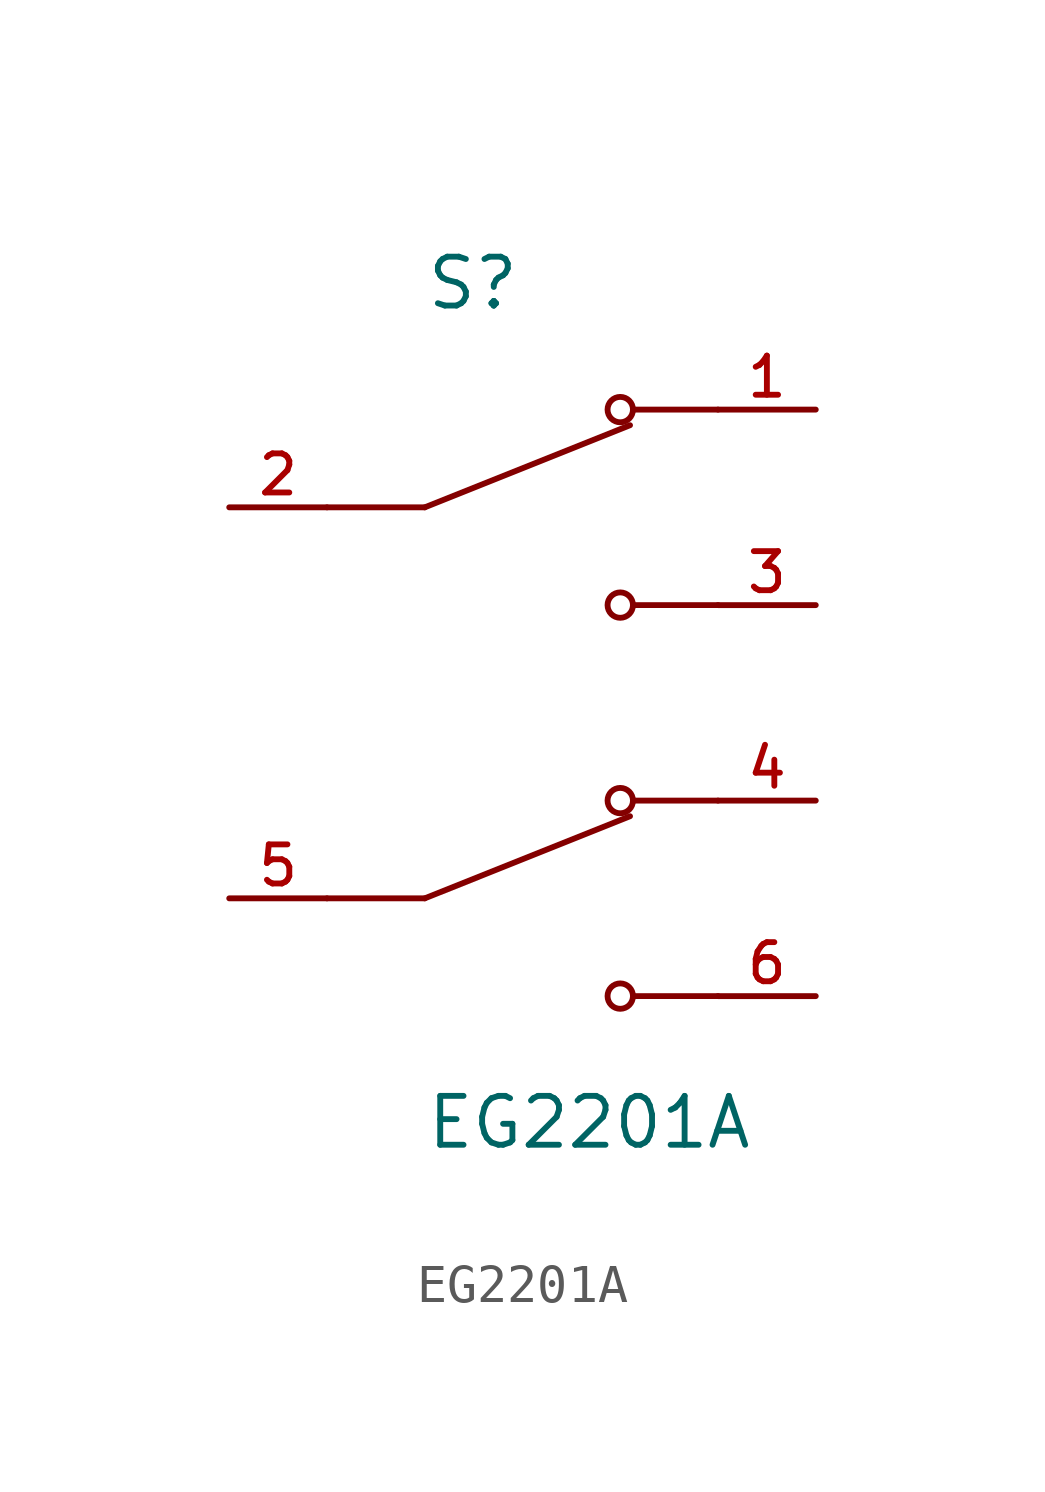
<source format=kicad_sym>
(kicad_symbol_lib
  (version 20211014)
  (generator kicad_symbol_editor)
  (symbol "EG2201A"
    (pin_names
      (offset 1.016))
    (property "Reference" "S"
      (at -2.54 10.16 0)
      (effects (font (size 1.27 1.27)) (justify bottom left)))
    (property "Value" "EG2201A"
      (at -2.54 -10.16 0)
      (effects (font (size 1.27 1.27)) (justify top left)))
    (symbol "EG2201A_0_0"
      (polyline (pts (xy -2.54 5.08) (xy 2.794 7.214)) (stroke (width 0.152)))
      (circle (center 2.54 7.62) (radius 0.33) (stroke (width 0.152)) (fill (type none)))
      (circle (center 2.54 2.54) (radius 0.33) (stroke (width 0.152)) (fill (type none)))
      (polyline (pts (xy 5.08 2.54) (xy 2.921 2.54)) (stroke (width 0.152)))
      (polyline (pts (xy 5.08 7.62) (xy 2.921 7.62)) (stroke (width 0.152)))
      (polyline (pts (xy -2.54 5.08) (xy -5.08 5.08)) (stroke (width 0.152)))
      (polyline (pts (xy -2.54 -5.08) (xy 2.794 -2.946)) (stroke (width 0.152)))
      (circle (center 2.54 -2.54) (radius 0.33) (stroke (width 0.152)) (fill (type none)))
      (circle (center 2.54 -7.62) (radius 0.33) (stroke (width 0.152)) (fill (type none)))
      (polyline (pts (xy 5.08 -7.62) (xy 2.921 -7.62)) (stroke (width 0.152)))
      (polyline (pts (xy 5.08 -2.54) (xy 2.921 -2.54)) (stroke (width 0.152)))
      (polyline (pts (xy -2.54 -5.08) (xy -5.08 -5.08)) (stroke (width 0.152)))
      (pin passive line (at 7.62 7.62 180.0) (length 2.54) (name "~" (effects (font (size 1.016 1.016)))) (number "1" (effects (font (size 1.016 1.016)))))
      (pin passive line (at -7.62 5.08 0) (length 2.54) (name "~" (effects (font (size 1.016 1.016)))) (number "2" (effects (font (size 1.016 1.016)))))
      (pin passive line (at 7.62 2.54 180.0) (length 2.54) (name "~" (effects (font (size 1.016 1.016)))) (number "3" (effects (font (size 1.016 1.016)))))
      (pin passive line (at 7.62 -2.54 180.0) (length 2.54) (name "~" (effects (font (size 1.016 1.016)))) (number "4" (effects (font (size 1.016 1.016)))))
      (pin passive line (at -7.62 -5.08 0) (length 2.54) (name "~" (effects (font (size 1.016 1.016)))) (number "5" (effects (font (size 1.016 1.016)))))
      (pin passive line (at 7.62 -7.62 180.0) (length 2.54) (name "~" (effects (font (size 1.016 1.016)))) (number "6" (effects (font (size 1.016 1.016))))))))
</source>
